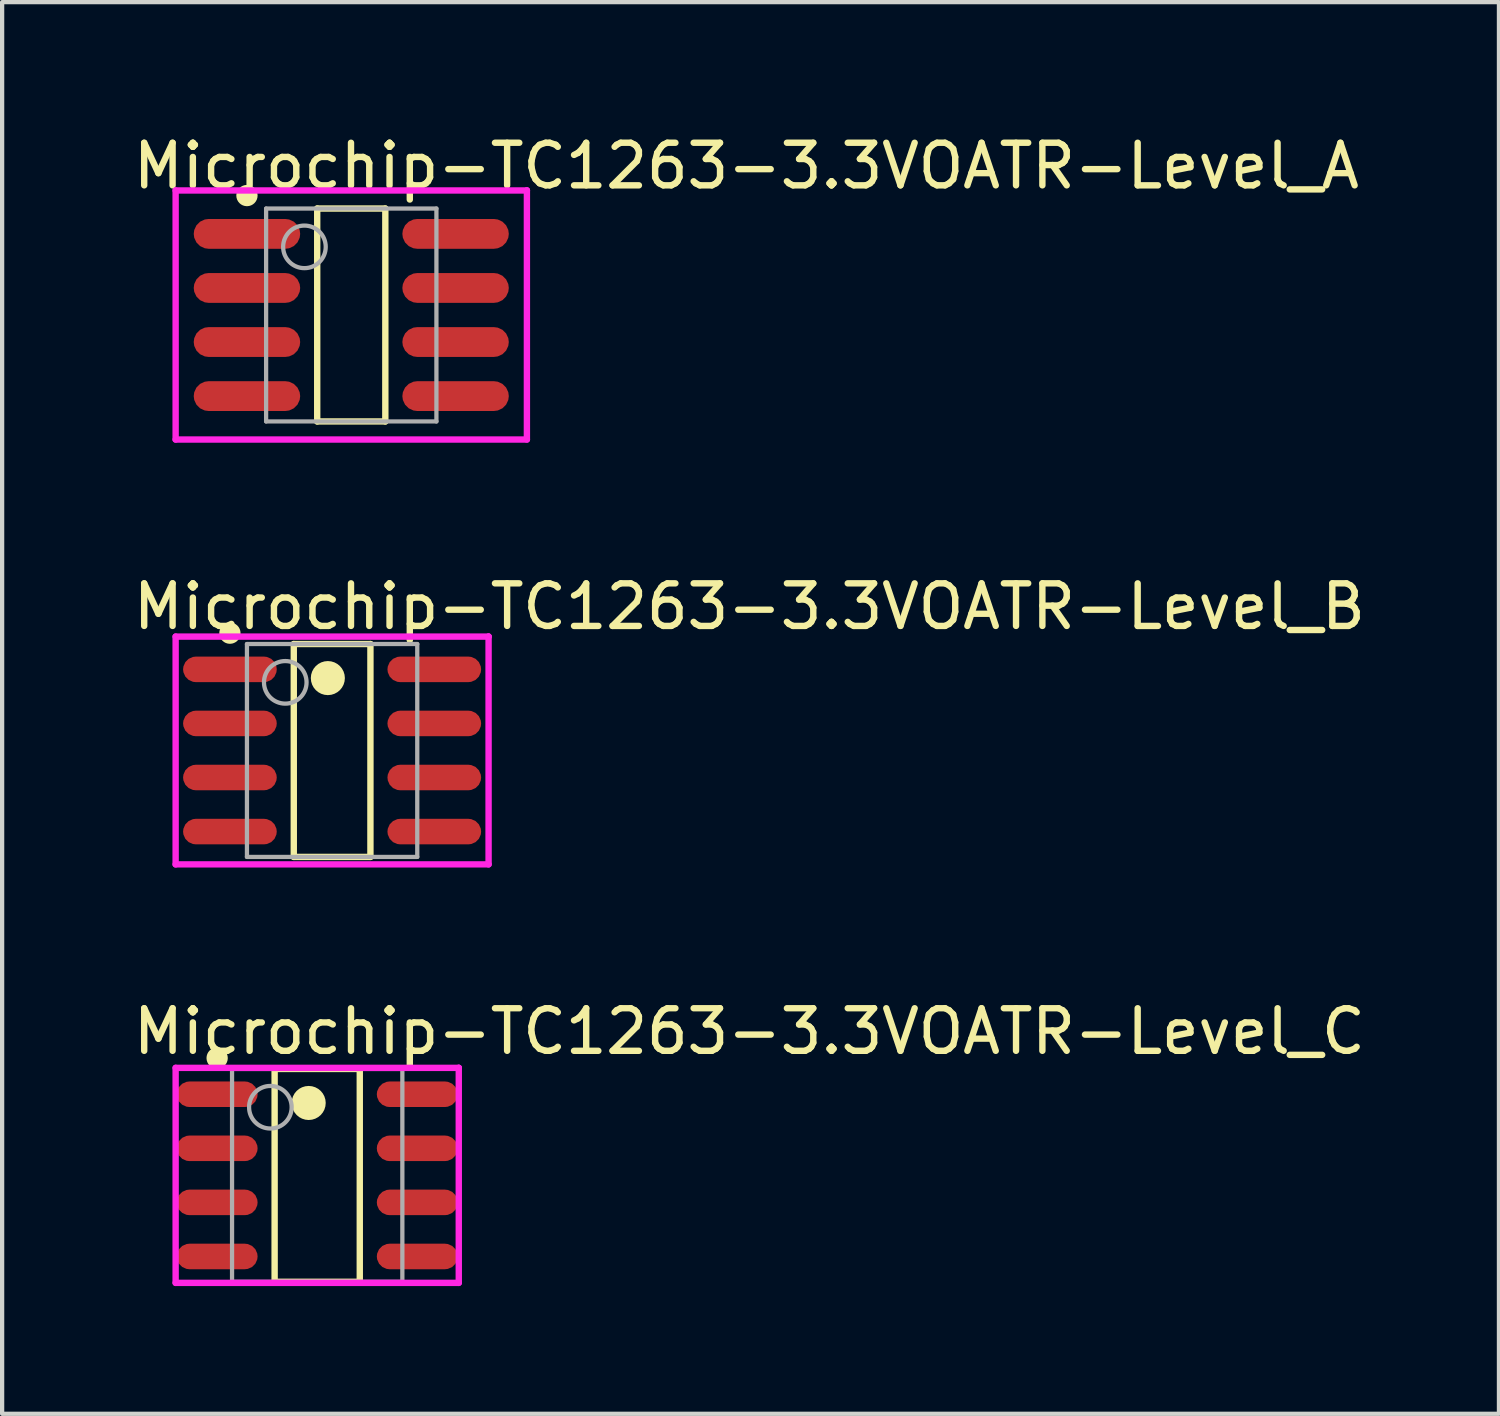
<source format=kicad_pcb>
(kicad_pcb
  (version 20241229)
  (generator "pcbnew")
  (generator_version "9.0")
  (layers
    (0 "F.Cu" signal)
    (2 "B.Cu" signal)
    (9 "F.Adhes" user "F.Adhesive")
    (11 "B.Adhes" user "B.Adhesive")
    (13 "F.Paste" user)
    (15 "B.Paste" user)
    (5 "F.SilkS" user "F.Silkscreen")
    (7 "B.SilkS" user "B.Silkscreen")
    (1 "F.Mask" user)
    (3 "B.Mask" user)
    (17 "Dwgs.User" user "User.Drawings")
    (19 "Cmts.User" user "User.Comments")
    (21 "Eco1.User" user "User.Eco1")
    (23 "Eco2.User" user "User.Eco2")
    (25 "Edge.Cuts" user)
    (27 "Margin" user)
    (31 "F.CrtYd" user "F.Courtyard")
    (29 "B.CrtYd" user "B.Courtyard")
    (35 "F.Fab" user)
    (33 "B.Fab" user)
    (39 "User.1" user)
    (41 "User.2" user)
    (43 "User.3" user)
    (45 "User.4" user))
  (footprint "Microchip-TC1263-3.3VOATR-Level_B"
    (layer "F.Cu")
    (at 4.75 14.576)
    (property "Reference" "Microchip-TC1263-3.3VOATR-Level_B" (at -4.75 -3.38 0) (layer "F.SilkS") (effects (font (size 1 1) (thickness 0.15)) (justify left)))
    (attr through_hole)
    (fp_line (start -0.9 -2.5) (end 0.9 -2.5) (stroke (width 0.15) (type solid)) (layer "F.SilkS"))
    (fp_line (start -0.9 2.5) (end -0.9 -2.5) (stroke (width 0.15) (type solid)) (layer "F.SilkS"))
    (fp_line (start -0.9 2.5) (end 0.9 2.5) (stroke (width 0.15) (type solid)) (layer "F.SilkS"))
    (fp_line (start 0.9 2.5) (end 0.9 -2.5) (stroke (width 0.15) (type solid)) (layer "F.SilkS"))
    (fp_circle (center -2.4 -2.755) (end -2.275 -2.755) (stroke (width 0.25) (type solid)) (fill no) (layer "F.SilkS"))
    (fp_circle (center -0.1 -1.7) (end 0.1 -1.7) (stroke (width 0.4) (type solid)) (fill no) (layer "F.SilkS"))
    (fp_line (start -3.675 -2.675) (end -3.675 2.675) (stroke (width 0.15) (type solid)) (layer "F.CrtYd"))
    (fp_line (start -3.675 2.675) (end 3.675 2.675) (stroke (width 0.15) (type solid)) (layer "F.CrtYd"))
    (fp_line (start 3.675 -2.675) (end -3.675 -2.675) (stroke (width 0.15) (type solid)) (layer "F.CrtYd"))
    (fp_line (start 3.675 -2.675) (end 3.675 -2.675) (stroke (width 0.15) (type solid)) (layer "F.CrtYd"))
    (fp_line (start 3.675 2.675) (end 3.675 -2.675) (stroke (width 0.15) (type solid)) (layer "F.CrtYd"))
    (fp_line (start -2 -2.5) (end 2 -2.5) (stroke (width 0.1) (type solid)) (layer "F.Fab"))
    (fp_line (start -2 2.5) (end -2 -2.5) (stroke (width 0.1) (type solid)) (layer "F.Fab"))
    (fp_line (start -2 2.5) (end 2 2.5) (stroke (width 0.1) (type solid)) (layer "F.Fab"))
    (fp_line (start 2 2.5) (end 2 -2.5) (stroke (width 0.1) (type solid)) (layer "F.Fab"))
    (fp_circle (center -1.1 -1.6) (end -0.6 -1.6) (stroke (width 0.1) (type solid)) (fill no) (layer "F.Fab"))
    (pad "1" smd roundrect (at -2.4 -1.905 270) (size 0.6 2.2) (layers "F.Cu" "F.Mask" "F.Paste") (roundrect_rratio 0.5))
    (pad "2" smd roundrect (at -2.4 -0.635 270) (size 0.6 2.2) (layers "F.Cu" "F.Mask" "F.Paste") (roundrect_rratio 0.5))
    (pad "3" smd roundrect (at -2.4 0.635 270) (size 0.6 2.2) (layers "F.Cu" "F.Mask" "F.Paste") (roundrect_rratio 0.5))
    (pad "4" smd roundrect (at -2.4 1.905 270) (size 0.6 2.2) (layers "F.Cu" "F.Mask" "F.Paste") (roundrect_rratio 0.5))
    (pad "5" smd roundrect (at 2.4 1.905 270) (size 0.6 2.2) (layers "F.Cu" "F.Mask" "F.Paste") (roundrect_rratio 0.5))
    (pad "6" smd roundrect (at 2.4 0.635 270) (size 0.6 2.2) (layers "F.Cu" "F.Mask" "F.Paste") (roundrect_rratio 0.5))
    (pad "7" smd roundrect (at 2.4 -0.635 270) (size 0.6 2.2) (layers "F.Cu" "F.Mask" "F.Paste") (roundrect_rratio 0.5))
    (pad "8" smd roundrect (at 2.4 -1.905 270) (size 0.6 2.2) (layers "F.Cu" "F.Mask" "F.Paste") (roundrect_rratio 0.5)))
  (footprint "Microchip-TC1263-3.3VOATR-Level_A"
    (layer "F.Cu")
    (at 5.2 4.348)
    (property "Reference" "Microchip-TC1263-3.3VOATR-Level_A" (at -5.2 -3.5 0) (layer "F.SilkS") (effects (font (size 1 1) (thickness 0.15)) (justify left)))
    (attr through_hole)
    (fp_line (start -0.8 -2.5) (end 0.8 -2.5) (stroke (width 0.15) (type solid)) (layer "F.SilkS"))
    (fp_line (start -0.8 2.5) (end -0.8 -2.5) (stroke (width 0.15) (type solid)) (layer "F.SilkS"))
    (fp_line (start -0.8 2.5) (end 0.8 2.5) (stroke (width 0.15) (type solid)) (layer "F.SilkS"))
    (fp_line (start 0.8 2.5) (end 0.8 -2.5) (stroke (width 0.15) (type solid)) (layer "F.SilkS"))
    (fp_circle (center -2.45 -2.805) (end -2.325 -2.805) (stroke (width 0.25) (type solid)) (fill no) (layer "F.SilkS"))
    (fp_line (start -4.125 -2.925) (end -4.125 2.925) (stroke (width 0.15) (type solid)) (layer "F.CrtYd"))
    (fp_line (start -4.125 2.925) (end 4.125 2.925) (stroke (width 0.15) (type solid)) (layer "F.CrtYd"))
    (fp_line (start 4.125 -2.925) (end -4.125 -2.925) (stroke (width 0.15) (type solid)) (layer "F.CrtYd"))
    (fp_line (start 4.125 -2.925) (end 4.125 -2.925) (stroke (width 0.15) (type solid)) (layer "F.CrtYd"))
    (fp_line (start 4.125 2.925) (end 4.125 -2.925) (stroke (width 0.15) (type solid)) (layer "F.CrtYd"))
    (fp_line (start -2 -2.5) (end 2 -2.5) (stroke (width 0.1) (type solid)) (layer "F.Fab"))
    (fp_line (start -2 2.5) (end -2 -2.5) (stroke (width 0.1) (type solid)) (layer "F.Fab"))
    (fp_line (start -2 2.5) (end 2 2.5) (stroke (width 0.1) (type solid)) (layer "F.Fab"))
    (fp_line (start 2 2.5) (end 2 -2.5) (stroke (width 0.1) (type solid)) (layer "F.Fab"))
    (fp_circle (center -1.1 -1.6) (end -0.6 -1.6) (stroke (width 0.1) (type solid)) (fill no) (layer "F.Fab"))
    (pad "1" smd roundrect (at -2.45 -1.905 270) (size 0.7 2.5) (layers "F.Cu" "F.Mask" "F.Paste") (roundrect_rratio 0.5))
    (pad "2" smd roundrect (at -2.45 -0.635 270) (size 0.7 2.5) (layers "F.Cu" "F.Mask" "F.Paste") (roundrect_rratio 0.5))
    (pad "3" smd roundrect (at -2.45 0.635 270) (size 0.7 2.5) (layers "F.Cu" "F.Mask" "F.Paste") (roundrect_rratio 0.5))
    (pad "4" smd roundrect (at -2.45 1.905 270) (size 0.7 2.5) (layers "F.Cu" "F.Mask" "F.Paste") (roundrect_rratio 0.5))
    (pad "5" smd roundrect (at 2.45 1.905 270) (size 0.7 2.5) (layers "F.Cu" "F.Mask" "F.Paste") (roundrect_rratio 0.5))
    (pad "6" smd roundrect (at 2.45 0.635 270) (size 0.7 2.5) (layers "F.Cu" "F.Mask" "F.Paste") (roundrect_rratio 0.5))
    (pad "7" smd roundrect (at 2.45 -0.635 270) (size 0.7 2.5) (layers "F.Cu" "F.Mask" "F.Paste") (roundrect_rratio 0.5))
    (pad "8" smd roundrect (at 2.45 -1.905 270) (size 0.7 2.5) (layers "F.Cu" "F.Mask" "F.Paste") (roundrect_rratio 0.5)))
  (footprint "Microchip-TC1263-3.3VOATR-Level_C"
    (layer "F.Cu")
    (at 4.4 24.555)
    (property "Reference" "Microchip-TC1263-3.3VOATR-Level_C" (at -4.4 -3.38 0) (layer "F.SilkS") (effects (font (size 1 1) (thickness 0.15)) (justify left)))
    (attr through_hole)
    (fp_line (start -1 -2.5) (end 1 -2.5) (stroke (width 0.15) (type solid)) (layer "F.SilkS"))
    (fp_line (start -1 2.5) (end -1 -2.5) (stroke (width 0.15) (type solid)) (layer "F.SilkS"))
    (fp_line (start -1 2.5) (end 1 2.5) (stroke (width 0.15) (type solid)) (layer "F.SilkS"))
    (fp_line (start 1 2.5) (end 1 -2.5) (stroke (width 0.15) (type solid)) (layer "F.SilkS"))
    (fp_circle (center -2.35 -2.755) (end -2.225 -2.755) (stroke (width 0.25) (type solid)) (fill no) (layer "F.SilkS"))
    (fp_circle (center -0.2 -1.7) (end 0 -1.7) (stroke (width 0.4) (type solid)) (fill no) (layer "F.SilkS"))
    (fp_line (start -3.325 -2.525) (end -3.325 2.525) (stroke (width 0.15) (type solid)) (layer "F.CrtYd"))
    (fp_line (start -3.325 2.525) (end 3.325 2.525) (stroke (width 0.15) (type solid)) (layer "F.CrtYd"))
    (fp_line (start 3.325 -2.525) (end -3.325 -2.525) (stroke (width 0.15) (type solid)) (layer "F.CrtYd"))
    (fp_line (start 3.325 -2.525) (end 3.325 -2.525) (stroke (width 0.15) (type solid)) (layer "F.CrtYd"))
    (fp_line (start 3.325 2.525) (end 3.325 -2.525) (stroke (width 0.15) (type solid)) (layer "F.CrtYd"))
    (fp_line (start -2 -2.5) (end 2 -2.5) (stroke (width 0.1) (type solid)) (layer "F.Fab"))
    (fp_line (start -2 2.5) (end -2 -2.5) (stroke (width 0.1) (type solid)) (layer "F.Fab"))
    (fp_line (start -2 2.5) (end 2 2.5) (stroke (width 0.1) (type solid)) (layer "F.Fab"))
    (fp_line (start 2 2.5) (end 2 -2.5) (stroke (width 0.1) (type solid)) (layer "F.Fab"))
    (fp_circle (center -1.1 -1.6) (end -0.6 -1.6) (stroke (width 0.1) (type solid)) (fill no) (layer "F.Fab"))
    (pad "1" smd roundrect (at -2.35 -1.905 270) (size 0.6 1.9) (layers "F.Cu" "F.Mask" "F.Paste") (roundrect_rratio 0.5))
    (pad "2" smd roundrect (at -2.35 -0.635 270) (size 0.6 1.9) (layers "F.Cu" "F.Mask" "F.Paste") (roundrect_rratio 0.5))
    (pad "3" smd roundrect (at -2.35 0.635 270) (size 0.6 1.9) (layers "F.Cu" "F.Mask" "F.Paste") (roundrect_rratio 0.5))
    (pad "4" smd roundrect (at -2.35 1.905 270) (size 0.6 1.9) (layers "F.Cu" "F.Mask" "F.Paste") (roundrect_rratio 0.5))
    (pad "5" smd roundrect (at 2.35 1.905 270) (size 0.6 1.9) (layers "F.Cu" "F.Mask" "F.Paste") (roundrect_rratio 0.5))
    (pad "6" smd roundrect (at 2.35 0.635 270) (size 0.6 1.9) (layers "F.Cu" "F.Mask" "F.Paste") (roundrect_rratio 0.5))
    (pad "7" smd roundrect (at 2.35 -0.635 270) (size 0.6 1.9) (layers "F.Cu" "F.Mask" "F.Paste") (roundrect_rratio 0.5))
    (pad "8" smd roundrect (at 2.35 -1.905 270) (size 0.6 1.9) (layers "F.Cu" "F.Mask" "F.Paste") (roundrect_rratio 0.5)))
  (gr_rect
    (start -3 -3)
    (end 32.155 30.155)
    (stroke (width 0.1) (type default))
    (fill no)
    (layer "Edge.Cuts")))
</source>
